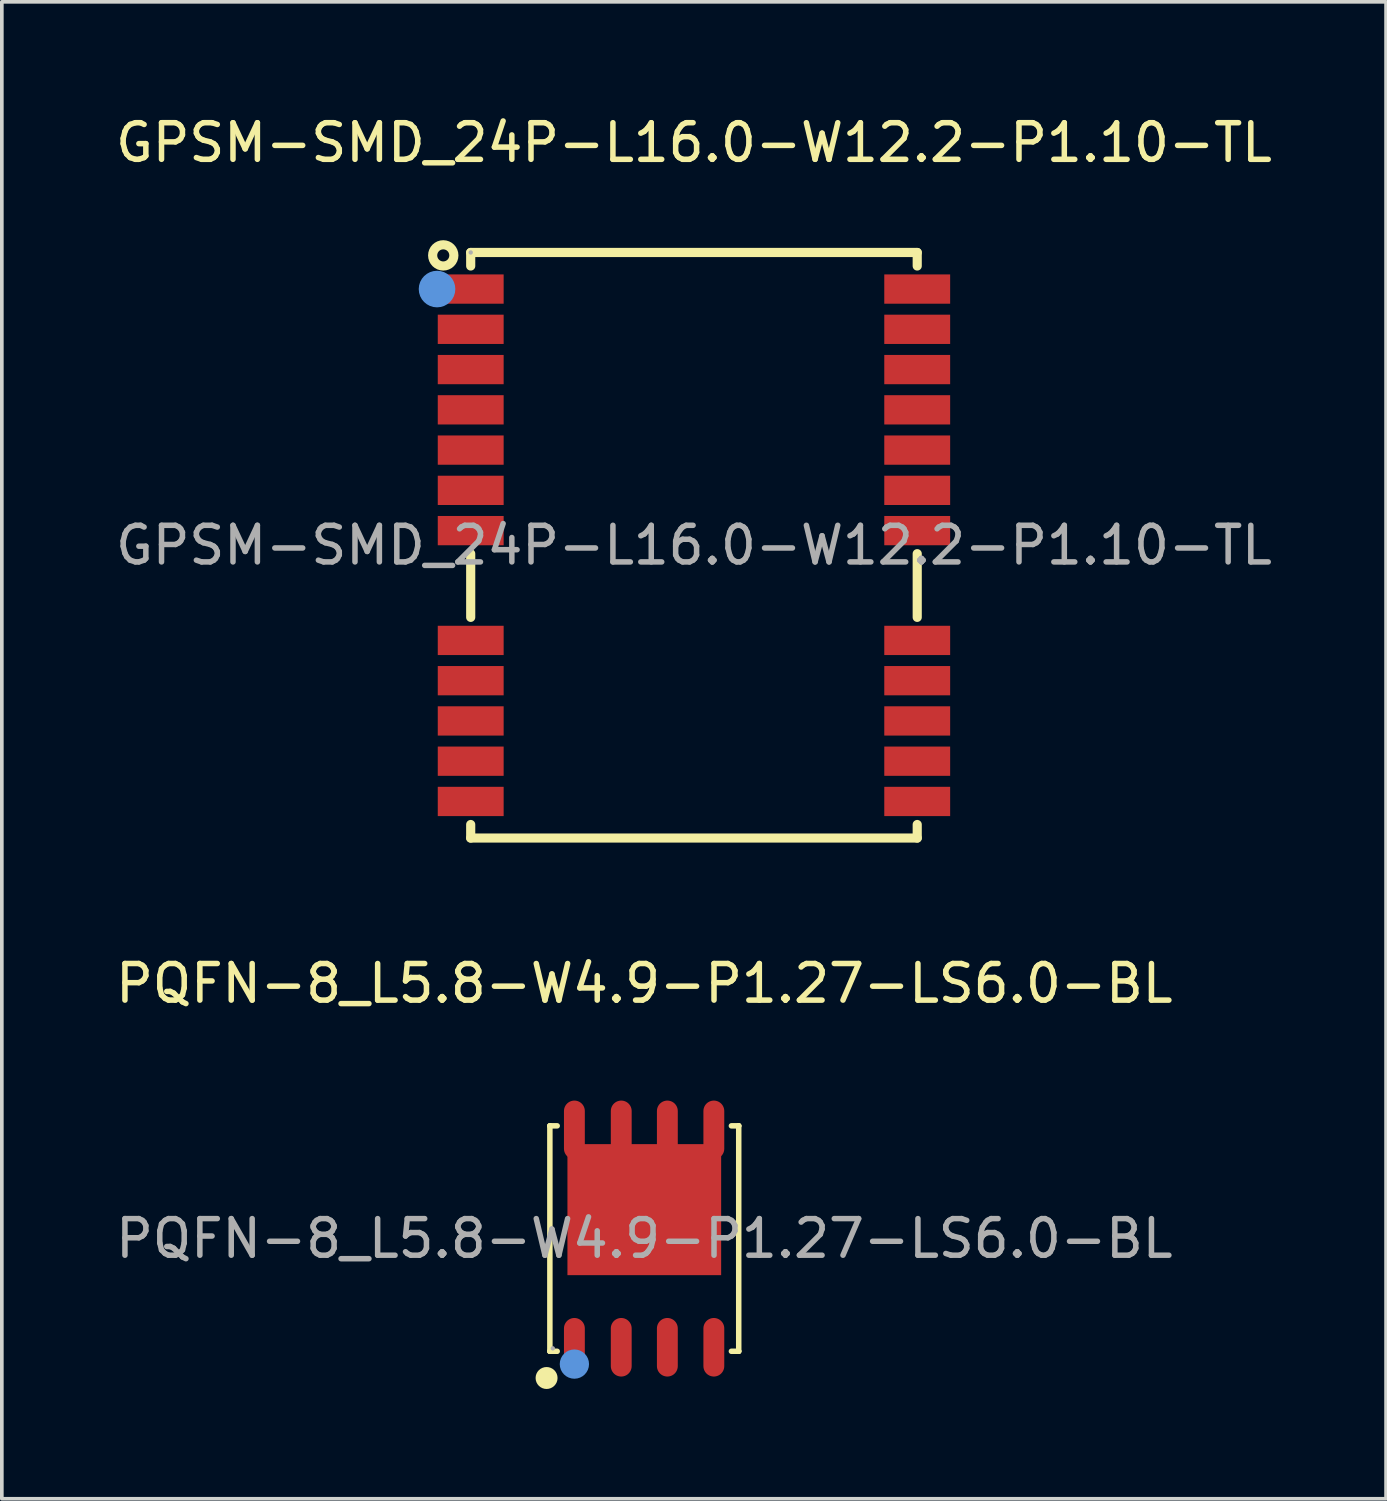
<source format=kicad_pcb>
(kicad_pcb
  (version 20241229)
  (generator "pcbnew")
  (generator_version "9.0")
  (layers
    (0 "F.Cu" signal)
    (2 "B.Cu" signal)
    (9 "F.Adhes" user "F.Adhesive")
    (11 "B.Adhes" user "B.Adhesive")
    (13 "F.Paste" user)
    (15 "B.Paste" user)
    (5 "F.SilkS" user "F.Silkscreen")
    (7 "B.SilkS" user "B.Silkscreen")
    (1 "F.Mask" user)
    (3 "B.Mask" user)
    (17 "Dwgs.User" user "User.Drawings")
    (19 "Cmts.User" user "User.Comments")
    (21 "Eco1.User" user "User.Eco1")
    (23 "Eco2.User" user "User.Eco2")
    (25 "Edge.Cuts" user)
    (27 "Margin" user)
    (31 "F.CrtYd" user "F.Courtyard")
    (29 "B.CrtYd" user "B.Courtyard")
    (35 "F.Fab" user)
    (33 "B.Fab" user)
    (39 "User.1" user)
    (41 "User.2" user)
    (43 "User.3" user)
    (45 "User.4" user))
  (footprint "GPSM-SMD_24P-L16.0-W12.2-P1.10-TL"
    (layer "F.Cu")
    (at 15.911 11.848)
    (property "Reference" "GPSM-SMD_24P-L16.0-W12.2-P1.10-TL" (at 0 -11 0) (layer "F.SilkS") (effects (font (size 1 1) (thickness 0.15))))
    (attr smd)
    (fp_line (start -6.1 -7.63) (end -6.1 -8) (stroke (width 0.25) (type solid)) (layer "F.SilkS"))
    (fp_line (start -6.1 1.97) (end -6.1 0.23) (stroke (width 0.25) (type solid)) (layer "F.SilkS"))
    (fp_line (start -6.1 8) (end -6.1 7.63) (stroke (width 0.25) (type solid)) (layer "F.SilkS"))
    (fp_line (start 6.1 -8) (end -6.1 -8) (stroke (width 0.25) (type solid)) (layer "F.SilkS"))
    (fp_line (start 6.1 -7.63) (end 6.1 -8) (stroke (width 0.25) (type solid)) (layer "F.SilkS"))
    (fp_line (start 6.1 1.97) (end 6.1 0.23) (stroke (width 0.25) (type solid)) (layer "F.SilkS"))
    (fp_line (start 6.1 8) (end -6.1 8) (stroke (width 0.25) (type solid)) (layer "F.SilkS"))
    (fp_line (start 6.1 8) (end 6.1 7.63) (stroke (width 0.25) (type solid)) (layer "F.SilkS"))
    (fp_circle (center -6.85 -7.92) (end -6.56 -7.92) (stroke (width 0.25) (type solid)) (fill no) (layer "F.SilkS"))
    (fp_circle (center -7.02 -7) (end -6.77 -7) (stroke (width 0.5) (type solid)) (fill no) (layer "Cmts.User"))
    (fp_circle (center -6.1 -8) (end -6.07 -8) (stroke (width 0.06) (type solid)) (fill no) (layer "F.Fab"))
    (fp_text user "${REFERENCE}" (at 0 0 0) (layer "F.Fab") (effects (font (size 1 1) (thickness 0.15))))
    (pad "1" smd rect (at -6.1 -7) (size 1.8 0.8) (layers "F.Cu" "F.Mask" "F.Paste"))
    (pad "2" smd rect (at -6.1 -5.9) (size 1.8 0.8) (layers "F.Cu" "F.Mask" "F.Paste"))
    (pad "3" smd rect (at -6.1 -4.8) (size 1.8 0.8) (layers "F.Cu" "F.Mask" "F.Paste"))
    (pad "4" smd rect (at -6.1 -3.7) (size 1.8 0.8) (layers "F.Cu" "F.Mask" "F.Paste"))
    (pad "5" smd rect (at -6.1 -2.6) (size 1.8 0.8) (layers "F.Cu" "F.Mask" "F.Paste"))
    (pad "6" smd rect (at -6.1 -1.5) (size 1.8 0.8) (layers "F.Cu" "F.Mask" "F.Paste"))
    (pad "7" smd rect (at -6.1 -0.4) (size 1.8 0.8) (layers "F.Cu" "F.Mask" "F.Paste"))
    (pad "8" smd rect (at -6.1 2.6) (size 1.8 0.8) (layers "F.Cu" "F.Mask" "F.Paste"))
    (pad "9" smd rect (at -6.1 3.7) (size 1.8 0.8) (layers "F.Cu" "F.Mask" "F.Paste"))
    (pad "10" smd rect (at -6.1 4.8) (size 1.8 0.8) (layers "F.Cu" "F.Mask" "F.Paste"))
    (pad "11" smd rect (at -6.1 5.9) (size 1.8 0.8) (layers "F.Cu" "F.Mask" "F.Paste"))
    (pad "12" smd rect (at -6.1 7) (size 1.8 0.8) (layers "F.Cu" "F.Mask" "F.Paste"))
    (pad "13" smd rect (at 6.1 7) (size 1.8 0.8) (layers "F.Cu" "F.Mask" "F.Paste"))
    (pad "14" smd rect (at 6.1 5.9) (size 1.8 0.8) (layers "F.Cu" "F.Mask" "F.Paste"))
    (pad "15" smd rect (at 6.1 4.8) (size 1.8 0.8) (layers "F.Cu" "F.Mask" "F.Paste"))
    (pad "16" smd rect (at 6.1 3.7) (size 1.8 0.8) (layers "F.Cu" "F.Mask" "F.Paste"))
    (pad "17" smd rect (at 6.1 2.6) (size 1.8 0.8) (layers "F.Cu" "F.Mask" "F.Paste"))
    (pad "18" smd rect (at 6.1 -0.4) (size 1.8 0.8) (layers "F.Cu" "F.Mask" "F.Paste"))
    (pad "19" smd rect (at 6.1 -1.5) (size 1.8 0.8) (layers "F.Cu" "F.Mask" "F.Paste"))
    (pad "20" smd rect (at 6.1 -2.6) (size 1.8 0.8) (layers "F.Cu" "F.Mask" "F.Paste"))
    (pad "21" smd rect (at 6.1 -3.7) (size 1.8 0.8) (layers "F.Cu" "F.Mask" "F.Paste"))
    (pad "22" smd rect (at 6.1 -4.8) (size 1.8 0.8) (layers "F.Cu" "F.Mask" "F.Paste"))
    (pad "23" smd rect (at 6.1 -5.9) (size 1.8 0.8) (layers "F.Cu" "F.Mask" "F.Paste"))
    (pad "24" smd rect (at 6.1 -7) (size 1.8 0.8) (layers "F.Cu" "F.Mask" "F.Paste")))
  (footprint "PQFN-8_L5.8-W4.9-P1.27-LS6.0-BL"
    (layer "F.Cu")
    (at 14.554 30.791)
    (property "Reference" "PQFN-8_L5.8-W4.9-P1.27-LS6.0-BL" (at 0 -6.97 0) (layer "F.SilkS") (effects (font (size 1 1) (thickness 0.15))))
    (attr smd)
    (fp_line (start -2.58 -3.08) (end -2.58 -3.08) (stroke (width 0.15) (type solid)) (layer "F.SilkS"))
    (fp_line (start -2.58 -3.08) (end -2.38 -3.08) (stroke (width 0.15) (type solid)) (layer "F.SilkS"))
    (fp_line (start -2.58 3.08) (end -2.58 -3.08) (stroke (width 0.15) (type solid)) (layer "F.SilkS"))
    (fp_line (start -2.58 3.08) (end -2.58 3.08) (stroke (width 0.15) (type solid)) (layer "F.SilkS"))
    (fp_line (start -2.38 3.08) (end -2.58 3.08) (stroke (width 0.15) (type solid)) (layer "F.SilkS"))
    (fp_line (start 2.38 3.08) (end 2.58 3.08) (stroke (width 0.15) (type solid)) (layer "F.SilkS"))
    (fp_line (start 2.58 -3.08) (end 2.38 -3.08) (stroke (width 0.15) (type solid)) (layer "F.SilkS"))
    (fp_line (start 2.58 -3.08) (end 2.58 -3.08) (stroke (width 0.15) (type solid)) (layer "F.SilkS"))
    (fp_line (start 2.58 3.08) (end 2.58 -3.08) (stroke (width 0.15) (type solid)) (layer "F.SilkS"))
    (fp_line (start 2.58 3.08) (end 2.58 3.08) (stroke (width 0.15) (type solid)) (layer "F.SilkS"))
    (fp_circle (center -2.67 3.81) (end -2.52 3.81) (stroke (width 0.3) (type solid)) (fill no) (layer "F.SilkS"))
    (fp_circle (center -1.91 3.43) (end -1.71 3.43) (stroke (width 0.4) (type solid)) (fill no) (layer "Cmts.User"))
    (fp_circle (center -2.5 3) (end -2.47 3) (stroke (width 0.06) (type solid)) (fill no) (layer "F.Fab"))
    (fp_text user "${REFERENCE}" (at 0 0 0) (layer "F.Fab") (effects (font (size 1 1) (thickness 0.15))))
    (pad "1" smd oval (at -1.91 2.97) (size 0.57 1.6) (layers "F.Cu" "F.Mask" "F.Paste"))
    (pad "2" smd oval (at -0.63 2.97) (size 0.57 1.6) (layers "F.Cu" "F.Mask" "F.Paste"))
    (pad "3" smd oval (at 0.63 2.97) (size 0.57 1.6) (layers "F.Cu" "F.Mask" "F.Paste"))
    (pad "4" smd oval (at 1.9 2.97) (size 0.57 1.6) (layers "F.Cu" "F.Mask" "F.Paste"))
    (pad "5" smd oval (at 1.9 -2.97) (size 0.57 1.6) (layers "F.Cu" "F.Mask" "F.Paste"))
    (pad "6" smd oval (at 0.63 -2.97) (size 0.57 1.6) (layers "F.Cu" "F.Mask" "F.Paste"))
    (pad "7" smd oval (at -0.63 -2.97) (size 0.57 1.6) (layers "F.Cu" "F.Mask" "F.Paste"))
    (pad "8" smd oval (at -1.91 -2.97) (size 0.57 1.6) (layers "F.Cu" "F.Mask" "F.Paste"))
    (pad "9" smd rect (at 0 -0.79) (size 4.2 3.58) (layers "F.Cu" "F.Mask" "F.Paste")))
  (gr_rect
    (start -3 -3)
    (end 34.821 37.901)
    (stroke (width 0.1) (type default))
    (fill no)
    (layer "Edge.Cuts")))
</source>
